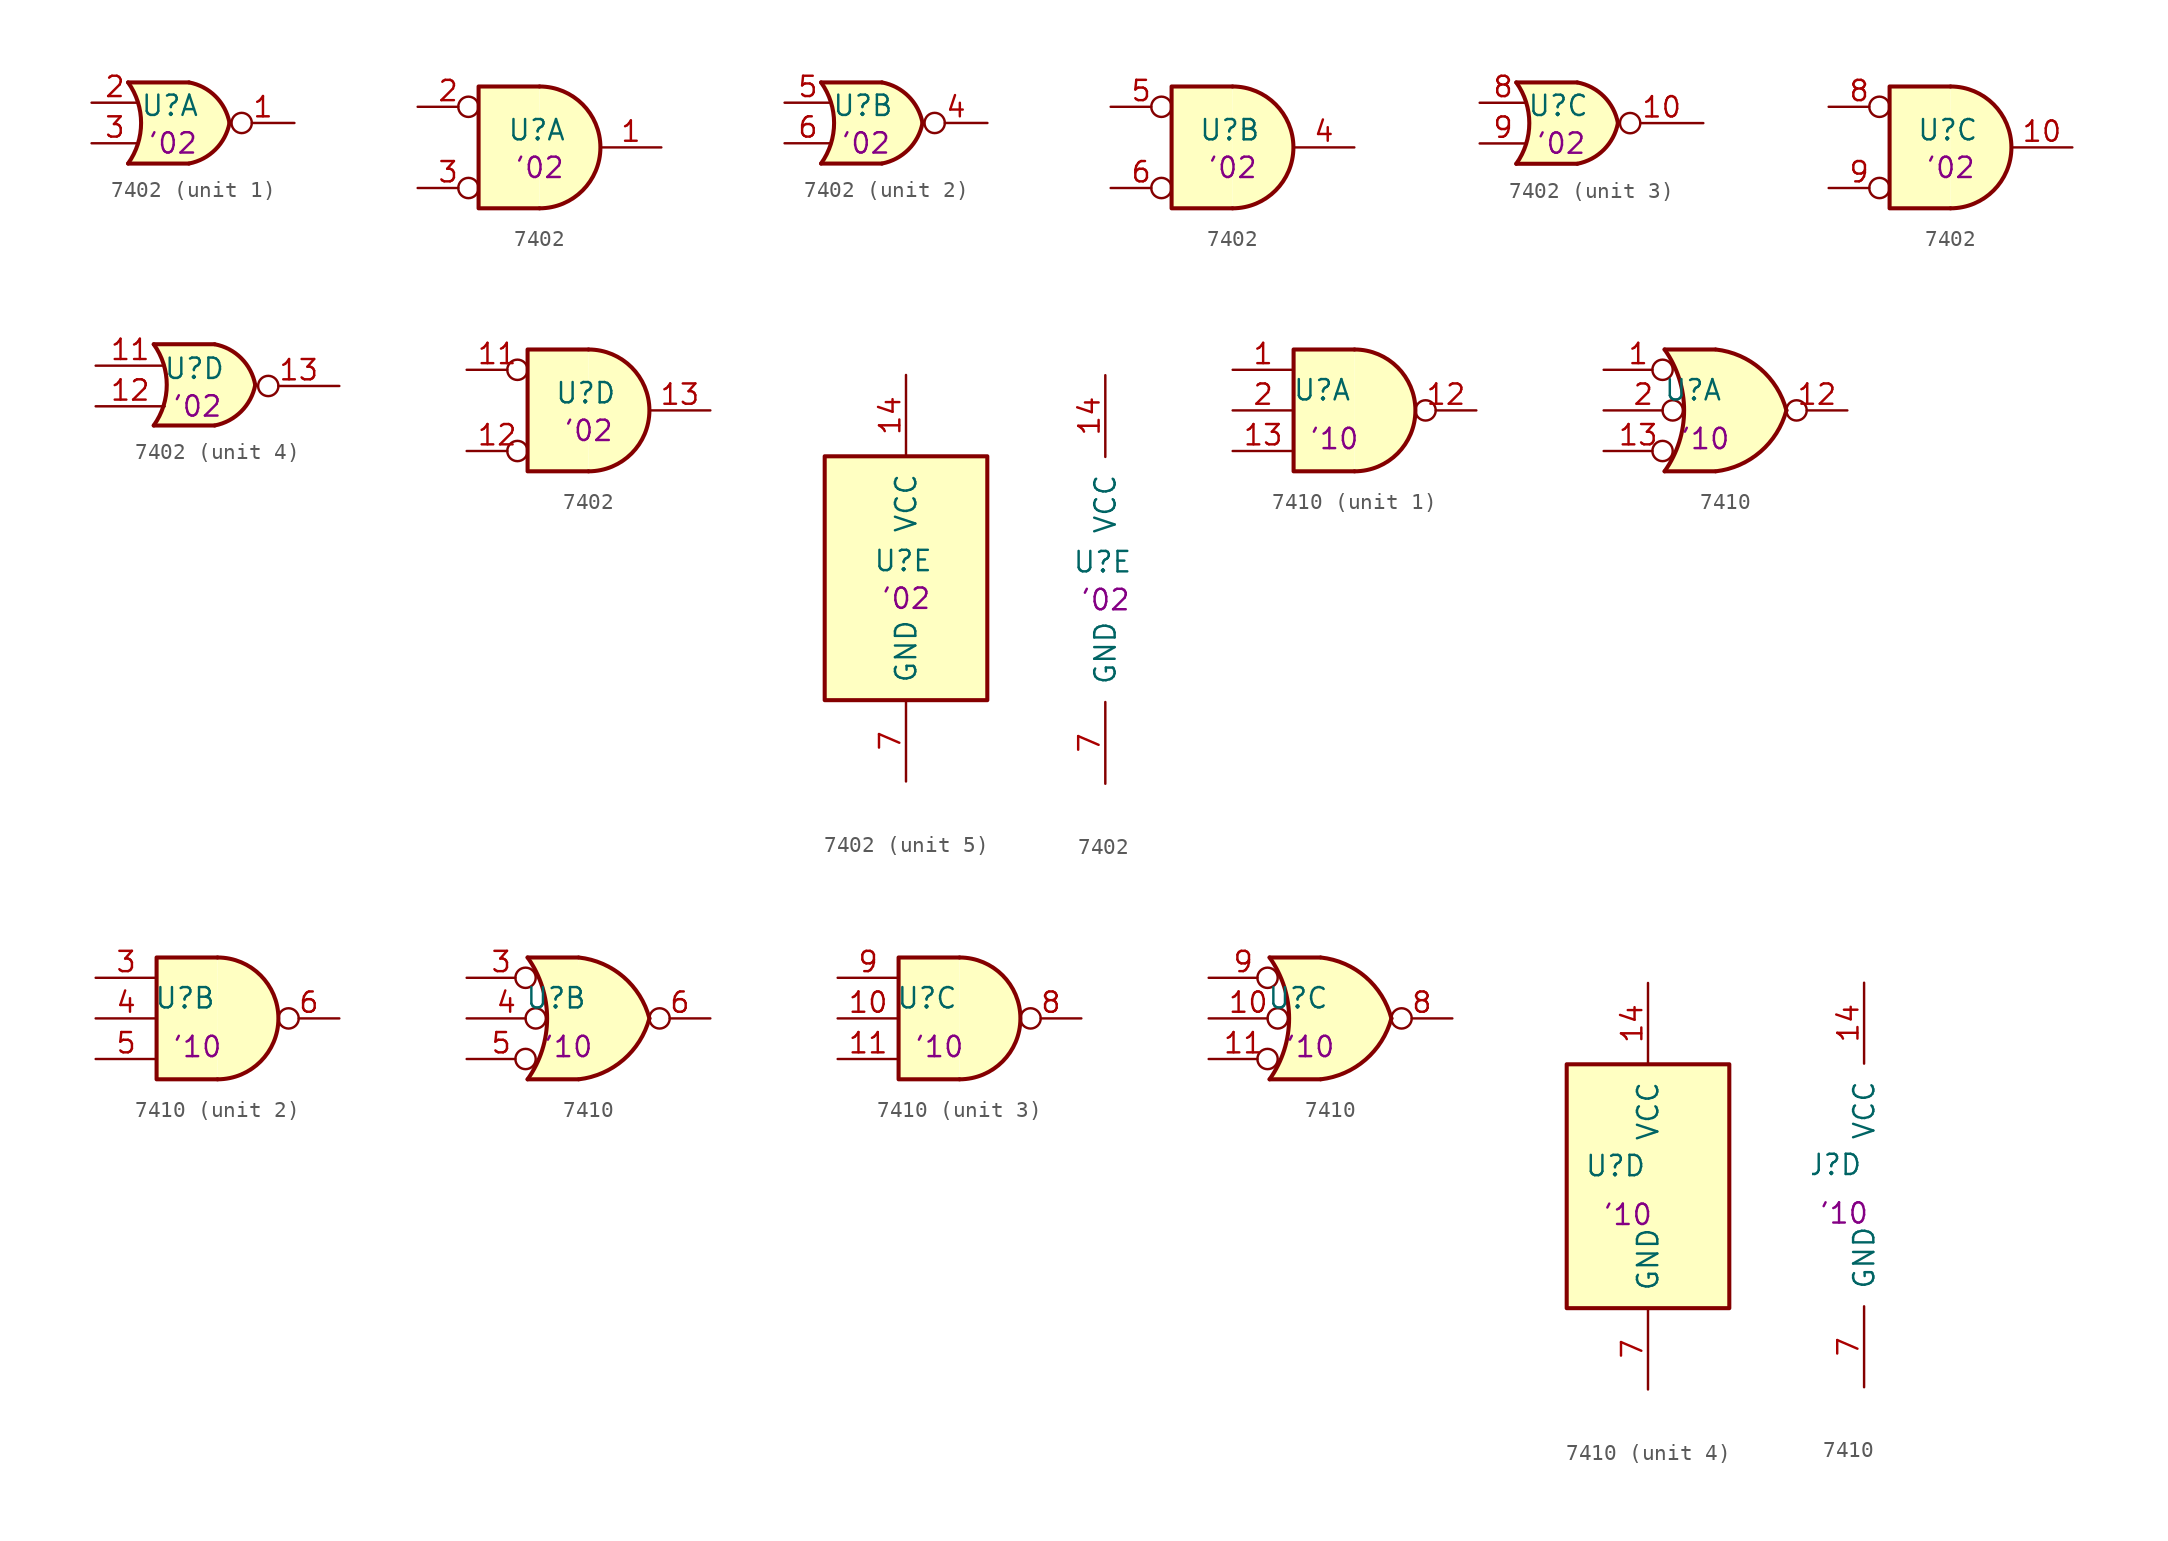
<source format=kicad_sym>
(kicad_symbol_lib
  (version 20241209)
  (generator "kicad_symbol_editor")
  (generator_version "9.0")
  (symbol "7402"
    (pin_names
      (offset 1.016))
    (property "Reference" "U"
      (at -0.177 1.086 0)
      (effects (font (size 1.27 1.27))))
    (property "Val" "'02"
      (at 0 -1.27 0)
      (effects (font (size 1.27 1.27))))
    (property "ki_locked" ""
      (at 0 0 0)
      (effects (font (size 1.27 1.27))))
    (symbol "7402_1_1"
      (arc (start -2.7941 2.54) (mid -1.9801 0) (end -2.7941 -2.54) (stroke (width 0.254) (type default)) (fill (type none)))
      (polyline (pts (xy -2.794 2.54) (xy 1.016 2.54)) (stroke (width 0.254) (type default)) (fill (type background)))
      (polyline (pts (xy -2.794 2.54) (xy 1.016 2.54) (xy 1.016 -2.54) (xy -2.794 -2.54) (xy -2.147 -1.262) (xy -1.933 -0.002) (xy -2.171 1.329) (xy -2.794 2.54)) (stroke (width -0.0001) (type default)) (fill (type background)))
      (polyline (pts (xy -2.794 -2.54) (xy 1.016 -2.54)) (stroke (width 0.254) (type default)) (fill (type background)))
      (arc (start 3.5559 0) (mid 2.6761 -1.6602) (end 1.0159 -2.54) (stroke (width 0.254) (type default)) (fill (type background)))
      (arc (start 1.0159 2.54) (mid 2.681 1.6651) (end 3.5559 0) (stroke (width 0.254) (type default)) (fill (type background)))
      (pin input line (at -5.08 1.27 0) (length 2.921) (name "~" (effects (font (size 1.27 1.27)))) (number "2" (effects (font (size 1.27 1.27)))))
      (pin input line (at -5.08 -1.27 0) (length 2.921) (name "~" (effects (font (size 1.27 1.27)))) (number "3" (effects (font (size 1.27 1.27)))))
      (pin output inverted (at 7.62 0 180) (length 3.937) (name "~" (effects (font (size 1.27 1.27)))) (number "1" (effects (font (size 1.27 1.27))))))
    (symbol "7402_1_2"
      (arc (start 0 3.81) (mid 3.7934 0) (end 0 -3.81) (stroke (width 0.254) (type default)) (fill (type background)))
      (polyline (pts (xy 0 3.81) (xy -3.81 3.81) (xy -3.81 -3.81) (xy 0 -3.81)) (stroke (width 0.254) (type default)) (fill (type background)))
      (pin input inverted (at -7.62 2.54 0) (length 3.81) (name "~" (effects (font (size 1.27 1.27)))) (number "2" (effects (font (size 1.27 1.27)))))
      (pin input inverted (at -7.62 -2.54 0) (length 3.81) (name "~" (effects (font (size 1.27 1.27)))) (number "3" (effects (font (size 1.27 1.27)))))
      (pin output line (at 7.62 0 180) (length 3.81) (name "~" (effects (font (size 1.27 1.27)))) (number "1" (effects (font (size 1.27 1.27))))))
    (symbol "7402_2_1"
      (arc (start -2.7941 2.54) (mid -1.9801 0) (end -2.7941 -2.54) (stroke (width 0.254) (type default)) (fill (type none)))
      (polyline (pts (xy -2.794 2.54) (xy 1.016 2.54)) (stroke (width 0.254) (type default)) (fill (type background)))
      (polyline (pts (xy -2.794 2.54) (xy 1.016 2.54) (xy 1.016 -2.54) (xy -2.794 -2.54) (xy -2.147 -1.262) (xy -1.933 -0.002) (xy -2.171 1.329) (xy -2.794 2.54)) (stroke (width -0.0001) (type default)) (fill (type background)))
      (polyline (pts (xy -2.794 -2.54) (xy 1.016 -2.54)) (stroke (width 0.254) (type default)) (fill (type background)))
      (arc (start 3.5559 0) (mid 2.6761 -1.6602) (end 1.0159 -2.54) (stroke (width 0.254) (type default)) (fill (type background)))
      (arc (start 1.0159 2.54) (mid 2.681 1.6651) (end 3.5559 0) (stroke (width 0.254) (type default)) (fill (type background)))
      (pin input line (at -5.08 1.27 0) (length 2.921) (name "~" (effects (font (size 1.27 1.27)))) (number "5" (effects (font (size 1.27 1.27)))))
      (pin input line (at -5.08 -1.27 0) (length 2.921) (name "~" (effects (font (size 1.27 1.27)))) (number "6" (effects (font (size 1.27 1.27)))))
      (pin output inverted (at 7.62 0 180) (length 3.937) (name "~" (effects (font (size 1.27 1.27)))) (number "4" (effects (font (size 1.27 1.27))))))
    (symbol "7402_2_2"
      (arc (start 0 3.81) (mid 3.7934 0) (end 0 -3.81) (stroke (width 0.254) (type default)) (fill (type background)))
      (polyline (pts (xy 0 3.81) (xy -3.81 3.81) (xy -3.81 -3.81) (xy 0 -3.81)) (stroke (width 0.254) (type default)) (fill (type background)))
      (pin input inverted (at -7.62 2.54 0) (length 3.81) (name "~" (effects (font (size 1.27 1.27)))) (number "5" (effects (font (size 1.27 1.27)))))
      (pin input inverted (at -7.62 -2.54 0) (length 3.81) (name "~" (effects (font (size 1.27 1.27)))) (number "6" (effects (font (size 1.27 1.27)))))
      (pin output line (at 7.62 0 180) (length 3.81) (name "~" (effects (font (size 1.27 1.27)))) (number "4" (effects (font (size 1.27 1.27))))))
    (symbol "7402_3_1"
      (arc (start -2.7941 2.54) (mid -1.9801 0) (end -2.7941 -2.54) (stroke (width 0.254) (type default)) (fill (type none)))
      (polyline (pts (xy -2.794 2.54) (xy 1.016 2.54)) (stroke (width 0.254) (type default)) (fill (type background)))
      (polyline (pts (xy -2.794 2.54) (xy 1.016 2.54) (xy 1.016 -2.54) (xy -2.794 -2.54) (xy -2.147 -1.262) (xy -1.933 -0.002) (xy -2.171 1.329) (xy -2.794 2.54)) (stroke (width -0.0001) (type default)) (fill (type background)))
      (polyline (pts (xy -2.794 -2.54) (xy 1.016 -2.54)) (stroke (width 0.254) (type default)) (fill (type background)))
      (arc (start 3.5559 0) (mid 2.6761 -1.6602) (end 1.0159 -2.54) (stroke (width 0.254) (type default)) (fill (type background)))
      (arc (start 1.0159 2.54) (mid 2.681 1.6651) (end 3.5559 0) (stroke (width 0.254) (type default)) (fill (type background)))
      (pin input line (at -5.08 1.27 0) (length 2.921) (name "~" (effects (font (size 1.27 1.27)))) (number "8" (effects (font (size 1.27 1.27)))))
      (pin input line (at -5.08 -1.27 0) (length 2.921) (name "~" (effects (font (size 1.27 1.27)))) (number "9" (effects (font (size 1.27 1.27)))))
      (pin output inverted (at 8.89 0 180) (length 5.207) (name "~" (effects (font (size 1.27 1.27)))) (number "10" (effects (font (size 1.27 1.27))))))
    (symbol "7402_3_2"
      (arc (start 0 3.81) (mid 3.7934 0) (end 0 -3.81) (stroke (width 0.254) (type default)) (fill (type background)))
      (polyline (pts (xy 0 3.81) (xy -3.81 3.81) (xy -3.81 -3.81) (xy 0 -3.81)) (stroke (width 0.254) (type default)) (fill (type background)))
      (pin input inverted (at -7.62 2.54 0) (length 3.81) (name "~" (effects (font (size 1.27 1.27)))) (number "8" (effects (font (size 1.27 1.27)))))
      (pin input inverted (at -7.62 -2.54 0) (length 3.81) (name "~" (effects (font (size 1.27 1.27)))) (number "9" (effects (font (size 1.27 1.27)))))
      (pin output line (at 7.62 0 180) (length 3.81) (name "~" (effects (font (size 1.27 1.27)))) (number "10" (effects (font (size 1.27 1.27))))))
    (symbol "7402_4_1"
      (arc (start -2.7176 2.6097) (mid -1.9036 0.0697) (end -2.7176 -2.4703) (stroke (width 0.254) (type default)) (fill (type none)))
      (polyline (pts (xy -2.718 2.61) (xy 1.092 2.61)) (stroke (width 0.254) (type default)) (fill (type background)))
      (polyline (pts (xy -2.718 2.61) (xy 1.092 2.61) (xy 1.092 -2.47) (xy -2.718 -2.47) (xy -2.071 -1.192) (xy -1.857 0.068) (xy -2.095 1.399) (xy -2.718 2.61)) (stroke (width -0.0001) (type default)) (fill (type background)))
      (polyline (pts (xy -2.718 -2.47) (xy 1.092 -2.47)) (stroke (width 0.254) (type default)) (fill (type background)))
      (arc (start 3.6324 0.0697) (mid 2.7526 -1.5905) (end 1.0924 -2.4703) (stroke (width 0.254) (type default)) (fill (type background)))
      (arc (start 1.0924 2.6097) (mid 2.7576 1.7349) (end 3.6324 0.0697) (stroke (width 0.254) (type default)) (fill (type background)))
      (pin input line (at -6.35 1.27 0) (length 4.318) (name "~" (effects (font (size 1.27 1.27)))) (number "11" (effects (font (size 1.27 1.27)))))
      (pin input line (at -6.35 -1.27 0) (length 4.318) (name "~" (effects (font (size 1.27 1.27)))) (number "12" (effects (font (size 1.27 1.27)))))
      (pin output inverted (at 8.89 0 180) (length 5.08) (name "~" (effects (font (size 1.27 1.27)))) (number "13" (effects (font (size 1.27 1.27))))))
    (symbol "7402_4_2"
      (arc (start 0 3.81) (mid 3.7934 0) (end 0 -3.81) (stroke (width 0.254) (type default)) (fill (type background)))
      (polyline (pts (xy 0 3.81) (xy -3.81 3.81) (xy -3.81 -3.81) (xy 0 -3.81)) (stroke (width 0.254) (type default)) (fill (type background)))
      (pin input inverted (at -7.62 2.54 0) (length 3.81) (name "~" (effects (font (size 1.27 1.27)))) (number "11" (effects (font (size 1.27 1.27)))))
      (pin input inverted (at -7.62 -2.54 0) (length 3.81) (name "~" (effects (font (size 1.27 1.27)))) (number "12" (effects (font (size 1.27 1.27)))))
      (pin output line (at 7.62 0 180) (length 3.81) (name "~" (effects (font (size 1.27 1.27)))) (number "13" (effects (font (size 1.27 1.27))))))
    (symbol "7402_5_0"
      (pin power_in line (at 0 12.7 270) (length 5.08) (name "VCC" (effects (font (size 1.27 1.27)))) (number "14" (effects (font (size 1.27 1.27)))))
      (pin power_in line (at 0 -12.7 90) (length 5.08) (name "GND" (effects (font (size 1.27 1.27)))) (number "7" (effects (font (size 1.27 1.27))))))
    (symbol "7402_5_1"
      (rectangle (start -5.08 7.62) (end 5.08 -7.62) (stroke (width 0.254) (type default)) (fill (type background)))))
  (symbol "7410"
    (pin_names
      (offset 1.016))
    (property "Reference" "U"
      (at -2.032 1.27 0)
      (effects (font (size 1.27 1.27))))
    (property "Val" "'10"
      (at -1.27 -1.778 0)
      (effects (font (size 1.27 1.27))))
    (property "ki_locked" ""
      (at 0 0 0)
      (effects (font (size 1.27 1.27))))
    (symbol "7410_1_1"
      (arc (start 0 3.81) (mid 3.7934 0) (end 0 -3.81) (stroke (width 0.254) (type default)) (fill (type background)))
      (polyline (pts (xy 0 3.81) (xy -3.81 3.81) (xy -3.81 -3.81) (xy 0 -3.81)) (stroke (width 0.254) (type default)) (fill (type background)))
      (pin input line (at -7.62 2.54 0) (length 3.81) (name "~" (effects (font (size 1.27 1.27)))) (number "1" (effects (font (size 1.27 1.27)))))
      (pin input line (at -7.62 0 0) (length 3.81) (name "~" (effects (font (size 1.27 1.27)))) (number "2" (effects (font (size 1.27 1.27)))))
      (pin input line (at -7.62 -2.54 0) (length 3.81) (name "~" (effects (font (size 1.27 1.27)))) (number "13" (effects (font (size 1.27 1.27)))))
      (pin output inverted (at 7.62 0 180) (length 3.81) (name "~" (effects (font (size 1.27 1.27)))) (number "12" (effects (font (size 1.27 1.27))))))
    (symbol "7410_1_2"
      (arc (start -3.81 3.81) (mid -2.589 0) (end -3.81 -3.81) (stroke (width 0.254) (type default)) (fill (type none)))
      (polyline (pts (xy -3.81 3.81) (xy -0.635 3.81)) (stroke (width 0.254) (type default)) (fill (type background)))
      (polyline (pts (xy -3.81 -3.81) (xy -0.635 -3.81)) (stroke (width 0.254) (type default)) (fill (type background)))
      (arc (start 3.81 0) (mid 2.1855 -2.584) (end -0.6096 -3.81) (stroke (width 0.254) (type default)) (fill (type background)))
      (arc (start -0.6096 3.81) (mid 2.1928 2.5924) (end 3.81 0) (stroke (width 0.254) (type default)) (fill (type background)))
      (polyline (pts (xy -0.635 3.81) (xy -3.81 3.81) (xy -3.81 3.81) (xy -3.556 3.404) (xy -3.023 2.261) (xy -2.692 1.041) (xy -2.616 -0.254) (xy -2.769 -1.499) (xy -3.175 -2.718) (xy -3.81 -3.81) (xy -3.81 -3.81) (xy -0.635 -3.81)) (stroke (width -25.4) (type default)) (fill (type background)))
      (pin input inverted (at -7.62 2.54 0) (length 4.318) (name "~" (effects (font (size 1.27 1.27)))) (number "1" (effects (font (size 1.27 1.27)))))
      (pin input inverted (at -7.62 0 0) (length 4.953) (name "~" (effects (font (size 1.27 1.27)))) (number "2" (effects (font (size 1.27 1.27)))))
      (pin input inverted (at -7.62 -2.54 0) (length 4.318) (name "~" (effects (font (size 1.27 1.27)))) (number "13" (effects (font (size 1.27 1.27)))))
      (pin output inverted (at 7.62 0 180) (length 3.81) (name "~" (effects (font (size 1.27 1.27)))) (number "12" (effects (font (size 1.27 1.27))))))
    (symbol "7410_2_1"
      (arc (start 0 3.81) (mid 3.7934 0) (end 0 -3.81) (stroke (width 0.254) (type default)) (fill (type background)))
      (polyline (pts (xy 0 3.81) (xy -3.81 3.81) (xy -3.81 -3.81) (xy 0 -3.81)) (stroke (width 0.254) (type default)) (fill (type background)))
      (pin input line (at -7.62 2.54 0) (length 3.81) (name "~" (effects (font (size 1.27 1.27)))) (number "3" (effects (font (size 1.27 1.27)))))
      (pin input line (at -7.62 0 0) (length 3.81) (name "~" (effects (font (size 1.27 1.27)))) (number "4" (effects (font (size 1.27 1.27)))))
      (pin input line (at -7.62 -2.54 0) (length 3.81) (name "~" (effects (font (size 1.27 1.27)))) (number "5" (effects (font (size 1.27 1.27)))))
      (pin output inverted (at 7.62 0 180) (length 3.81) (name "~" (effects (font (size 1.27 1.27)))) (number "6" (effects (font (size 1.27 1.27))))))
    (symbol "7410_2_2"
      (arc (start -3.81 3.81) (mid -2.589 0) (end -3.81 -3.81) (stroke (width 0.254) (type default)) (fill (type none)))
      (polyline (pts (xy -3.81 3.81) (xy -0.635 3.81)) (stroke (width 0.254) (type default)) (fill (type background)))
      (polyline (pts (xy -3.81 -3.81) (xy -0.635 -3.81)) (stroke (width 0.254) (type default)) (fill (type background)))
      (arc (start 3.81 0) (mid 2.1855 -2.584) (end -0.6096 -3.81) (stroke (width 0.254) (type default)) (fill (type background)))
      (arc (start -0.6096 3.81) (mid 2.1928 2.5924) (end 3.81 0) (stroke (width 0.254) (type default)) (fill (type background)))
      (polyline (pts (xy -0.635 3.81) (xy -3.81 3.81) (xy -3.81 3.81) (xy -3.556 3.404) (xy -3.023 2.261) (xy -2.692 1.041) (xy -2.616 -0.254) (xy -2.769 -1.499) (xy -3.175 -2.718) (xy -3.81 -3.81) (xy -3.81 -3.81) (xy -0.635 -3.81)) (stroke (width -25.4) (type default)) (fill (type background)))
      (pin input inverted (at -7.62 2.54 0) (length 4.318) (name "~" (effects (font (size 1.27 1.27)))) (number "3" (effects (font (size 1.27 1.27)))))
      (pin input inverted (at -7.62 0 0) (length 4.953) (name "~" (effects (font (size 1.27 1.27)))) (number "4" (effects (font (size 1.27 1.27)))))
      (pin input inverted (at -7.62 -2.54 0) (length 4.318) (name "~" (effects (font (size 1.27 1.27)))) (number "5" (effects (font (size 1.27 1.27)))))
      (pin output inverted (at 7.62 0 180) (length 3.81) (name "~" (effects (font (size 1.27 1.27)))) (number "6" (effects (font (size 1.27 1.27))))))
    (symbol "7410_3_1"
      (arc (start 0 3.81) (mid 3.7934 0) (end 0 -3.81) (stroke (width 0.254) (type default)) (fill (type background)))
      (polyline (pts (xy 0 3.81) (xy -3.81 3.81) (xy -3.81 -3.81) (xy 0 -3.81)) (stroke (width 0.254) (type default)) (fill (type background)))
      (pin input line (at -7.62 2.54 0) (length 3.81) (name "~" (effects (font (size 1.27 1.27)))) (number "9" (effects (font (size 1.27 1.27)))))
      (pin input line (at -7.62 0 0) (length 3.81) (name "~" (effects (font (size 1.27 1.27)))) (number "10" (effects (font (size 1.27 1.27)))))
      (pin input line (at -7.62 -2.54 0) (length 3.81) (name "~" (effects (font (size 1.27 1.27)))) (number "11" (effects (font (size 1.27 1.27)))))
      (pin output inverted (at 7.62 0 180) (length 3.81) (name "~" (effects (font (size 1.27 1.27)))) (number "8" (effects (font (size 1.27 1.27))))))
    (symbol "7410_3_2"
      (arc (start -3.81 3.81) (mid -2.589 0) (end -3.81 -3.81) (stroke (width 0.254) (type default)) (fill (type none)))
      (polyline (pts (xy -3.81 3.81) (xy -0.635 3.81)) (stroke (width 0.254) (type default)) (fill (type background)))
      (polyline (pts (xy -3.81 -3.81) (xy -0.635 -3.81)) (stroke (width 0.254) (type default)) (fill (type background)))
      (arc (start 3.81 0) (mid 2.1855 -2.584) (end -0.6096 -3.81) (stroke (width 0.254) (type default)) (fill (type background)))
      (arc (start -0.6096 3.81) (mid 2.1928 2.5924) (end 3.81 0) (stroke (width 0.254) (type default)) (fill (type background)))
      (polyline (pts (xy -0.635 3.81) (xy -3.81 3.81) (xy -3.81 3.81) (xy -3.556 3.404) (xy -3.023 2.261) (xy -2.692 1.041) (xy -2.616 -0.254) (xy -2.769 -1.499) (xy -3.175 -2.718) (xy -3.81 -3.81) (xy -3.81 -3.81) (xy -0.635 -3.81)) (stroke (width -25.4) (type default)) (fill (type background)))
      (pin input inverted (at -7.62 2.54 0) (length 4.318) (name "~" (effects (font (size 1.27 1.27)))) (number "9" (effects (font (size 1.27 1.27)))))
      (pin input inverted (at -7.62 0 0) (length 4.953) (name "~" (effects (font (size 1.27 1.27)))) (number "10" (effects (font (size 1.27 1.27)))))
      (pin input inverted (at -7.62 -2.54 0) (length 4.318) (name "~" (effects (font (size 1.27 1.27)))) (number "11" (effects (font (size 1.27 1.27)))))
      (pin output inverted (at 7.62 0 180) (length 3.81) (name "~" (effects (font (size 1.27 1.27)))) (number "8" (effects (font (size 1.27 1.27))))))
    (symbol "7410_4_0"
      (pin power_in line (at 0 12.7 270) (length 5.08) (name "VCC" (effects (font (size 1.27 1.27)))) (number "14" (effects (font (size 1.27 1.27)))))
      (pin power_in line (at 0 -12.7 90) (length 5.08) (name "GND" (effects (font (size 1.27 1.27)))) (number "7" (effects (font (size 1.27 1.27))))))
    (symbol "7410_4_1"
      (rectangle (start -5.08 7.62) (end 5.08 -7.62) (stroke (width 0.254) (type default)) (fill (type background))))))
</source>
